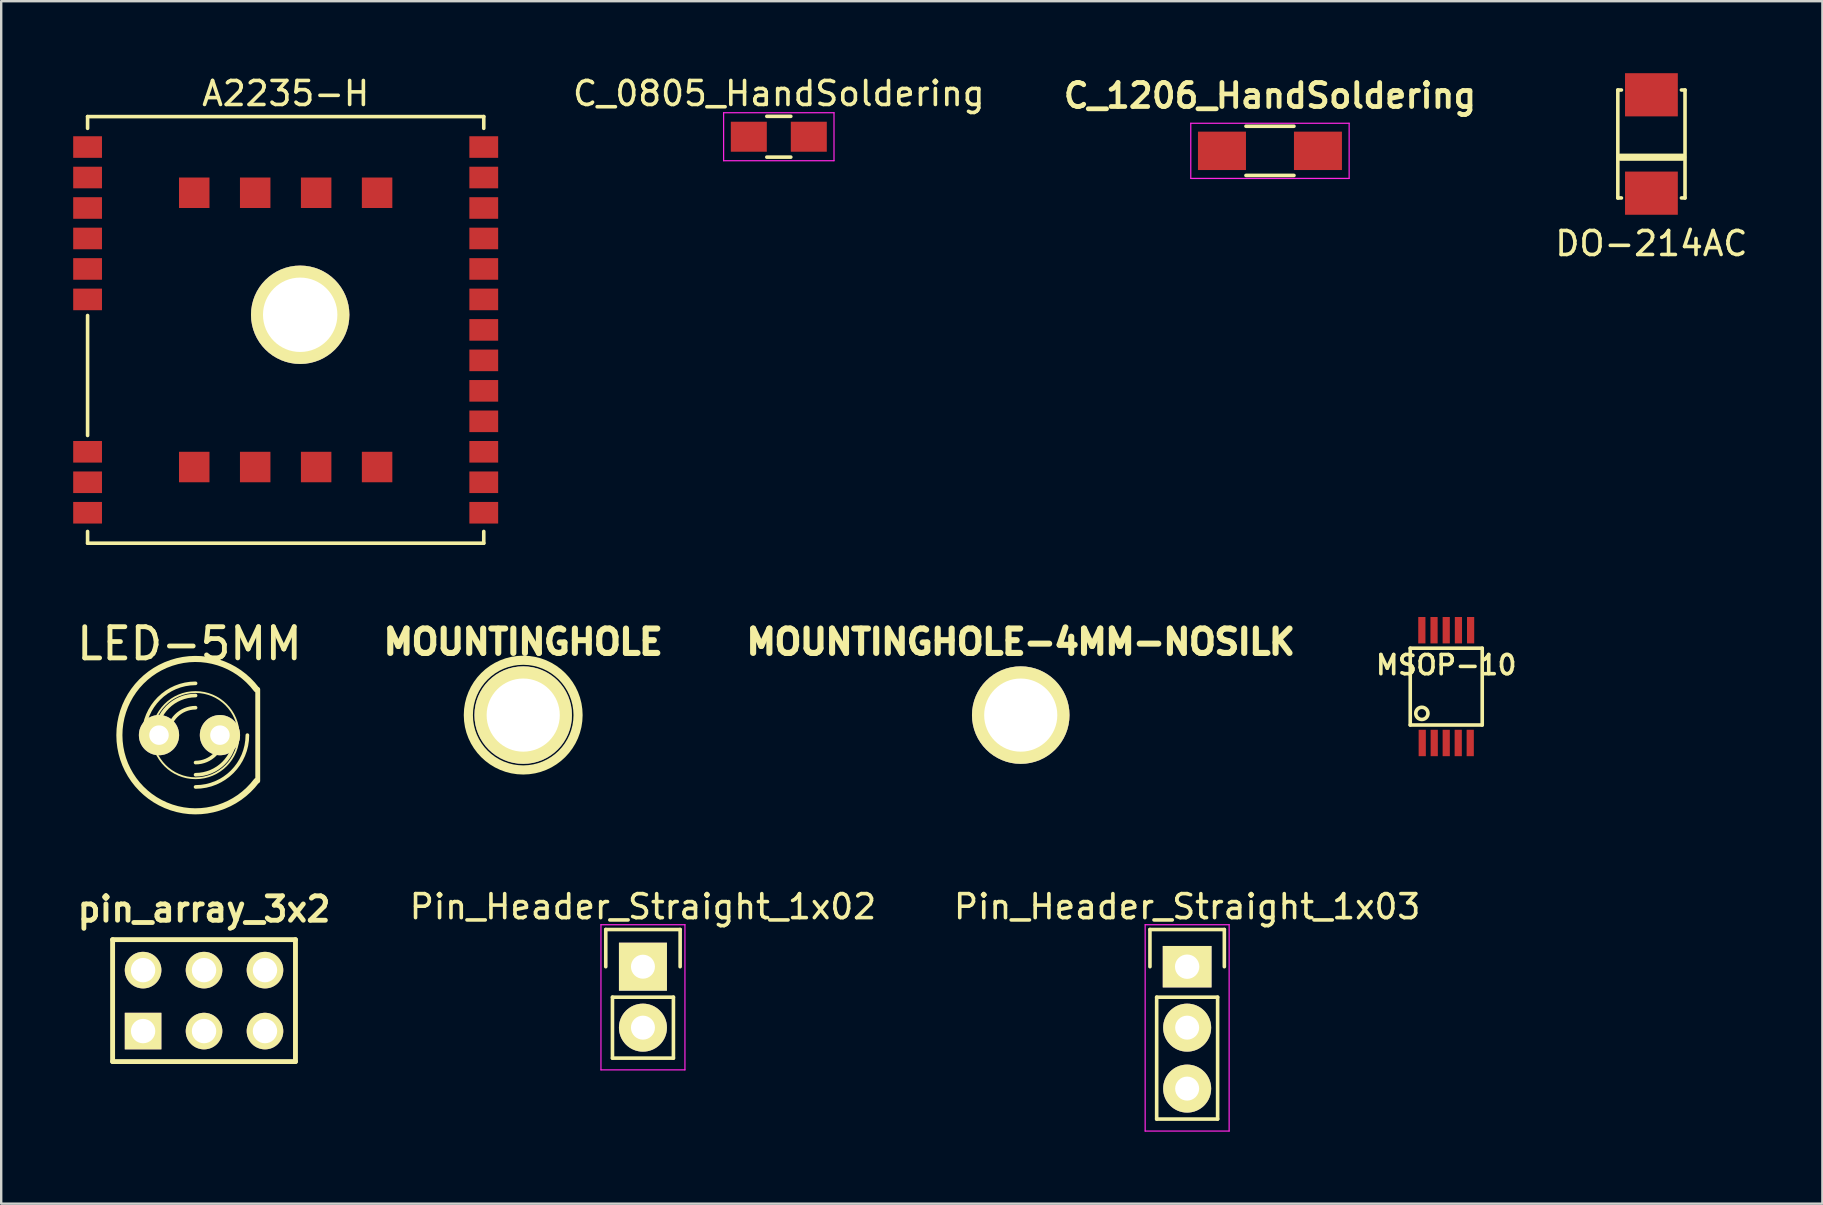
<source format=kicad_pcb>
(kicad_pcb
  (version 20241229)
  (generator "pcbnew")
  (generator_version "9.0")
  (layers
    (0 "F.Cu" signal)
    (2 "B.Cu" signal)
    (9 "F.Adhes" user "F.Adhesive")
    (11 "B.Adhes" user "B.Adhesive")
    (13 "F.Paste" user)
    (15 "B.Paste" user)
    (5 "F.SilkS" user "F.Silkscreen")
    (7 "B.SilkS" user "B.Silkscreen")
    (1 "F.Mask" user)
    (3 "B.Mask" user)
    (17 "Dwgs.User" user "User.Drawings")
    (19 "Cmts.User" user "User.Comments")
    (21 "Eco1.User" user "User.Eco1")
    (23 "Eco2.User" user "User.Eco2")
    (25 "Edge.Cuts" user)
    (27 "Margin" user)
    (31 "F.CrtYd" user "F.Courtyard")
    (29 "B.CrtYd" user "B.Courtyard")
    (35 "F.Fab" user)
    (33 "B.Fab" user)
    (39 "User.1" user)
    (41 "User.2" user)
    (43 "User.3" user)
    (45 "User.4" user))
  (footprint "Pin_Header_Straight_1x03"
    (layer "F.Cu")
    (at 46.423 37.236)
    (property "Reference" "Pin_Header_Straight_1x03" (at 0 -2.5 0) (layer "F.SilkS") (effects (font (size 1 1) (thickness 0.15))))
    (attr through_hole)
    (fp_line (start -1.55 -1.55) (end 1.55 -1.55) (stroke (width 0.15) (type solid)) (layer "F.SilkS"))
    (fp_line (start -1.55 0) (end -1.55 -1.55) (stroke (width 0.15) (type solid)) (layer "F.SilkS"))
    (fp_line (start -1.27 1.27) (end -1.27 6.35) (stroke (width 0.15) (type solid)) (layer "F.SilkS"))
    (fp_line (start -1.27 6.35) (end 1.27 6.35) (stroke (width 0.15) (type solid)) (layer "F.SilkS"))
    (fp_line (start 1.27 1.27) (end -1.27 1.27) (stroke (width 0.15) (type solid)) (layer "F.SilkS"))
    (fp_line (start 1.27 6.35) (end 1.27 1.27) (stroke (width 0.15) (type solid)) (layer "F.SilkS"))
    (fp_line (start 1.55 -1.55) (end 1.55 0) (stroke (width 0.15) (type solid)) (layer "F.SilkS"))
    (fp_line (start -1.75 -1.75) (end -1.75 6.85) (stroke (width 0.05) (type solid)) (layer "F.CrtYd"))
    (fp_line (start -1.75 -1.75) (end 1.75 -1.75) (stroke (width 0.05) (type solid)) (layer "F.CrtYd"))
    (fp_line (start -1.75 6.85) (end 1.75 6.85) (stroke (width 0.05) (type solid)) (layer "F.CrtYd"))
    (fp_line (start 1.75 -1.75) (end 1.75 6.85) (stroke (width 0.05) (type solid)) (layer "F.CrtYd"))
    (pad "1" thru_hole rect (at 0 0) (size 2.032 1.727) (drill 1.016) (layers "*.Cu" "*.Mask" "F.SilkS"))
    (pad "2" thru_hole circle (at 0 2.54) (size 2 2) (drill 1) (layers "*.Cu" "*.Mask" "F.SilkS"))
    (pad "3" thru_hole circle (at 0 5.08) (size 2 2) (drill 1) (layers "*.Cu" "*.Mask" "F.SilkS")))
  (footprint "A2235-H"
    (layer "F.Cu")
    (at 8.855 10.698)
    (property "Reference" "A2235-H" (at 0 -9.85 0) (layer "F.SilkS") (effects (font (size 1 1) (thickness 0.15))))
    (attr through_hole)
    (fp_line (start -8.255 -8.89) (end -8.255 -8.4) (stroke (width 0.15) (type solid)) (layer "F.SilkS"))
    (fp_line (start -8.255 -8.89) (end 8.255 -8.89) (stroke (width 0.15) (type solid)) (layer "F.SilkS"))
    (fp_line (start -8.255 -0.6) (end -8.255 4.4) (stroke (width 0.15) (type solid)) (layer "F.SilkS"))
    (fp_line (start -8.255 8.4) (end -8.255 8.89) (stroke (width 0.15) (type solid)) (layer "F.SilkS"))
    (fp_line (start -8.255 8.89) (end 8.255 8.89) (stroke (width 0.15) (type solid)) (layer "F.SilkS"))
    (fp_line (start 8.255 -8.89) (end 8.255 -8.4) (stroke (width 0.15) (type solid)) (layer "F.SilkS"))
    (fp_line (start 8.255 8.4) (end 8.255 8.89) (stroke (width 0.15) (type solid)) (layer "F.SilkS"))
    (pad "" thru_hole circle (at 0.605 -0.63) (size 4.1 4.1) (drill 3.1) (layers "*.Cu" "*.Mask" "F.SilkS"))
    (pad "1" smd rect (at -8.255 -7.62) (size 1.2 0.9) (layers "F.Cu" "F.Mask" "F.Paste"))
    (pad "2" smd rect (at -8.255 -6.35) (size 1.2 0.9) (layers "F.Cu" "F.Mask" "F.Paste"))
    (pad "3" smd rect (at -8.255 -5.08) (size 1.2 0.9) (layers "F.Cu" "F.Mask" "F.Paste"))
    (pad "4" smd rect (at -8.255 -3.81) (size 1.2 0.9) (layers "F.Cu" "F.Mask" "F.Paste"))
    (pad "5" smd rect (at -8.255 -2.54) (size 1.2 0.9) (layers "F.Cu" "F.Mask" "F.Paste"))
    (pad "6" smd rect (at -8.255 -1.27) (size 1.2 0.9) (layers "F.Cu" "F.Mask" "F.Paste"))
    (pad "7" smd rect (at -8.255 5.08) (size 1.2 0.9) (layers "F.Cu" "F.Mask" "F.Paste"))
    (pad "8" smd rect (at -8.255 6.35) (size 1.2 0.9) (layers "F.Cu" "F.Mask" "F.Paste"))
    (pad "9" smd rect (at -8.255 7.62) (size 1.2 0.9) (layers "F.Cu" "F.Mask" "F.Paste"))
    (pad "10" smd rect (at 8.255 7.62) (size 1.2 0.9) (layers "F.Cu" "F.Mask" "F.Paste"))
    (pad "11" smd rect (at 8.255 6.35) (size 1.2 0.9) (layers "F.Cu" "F.Mask" "F.Paste"))
    (pad "12" smd rect (at 8.255 5.08) (size 1.2 0.9) (layers "F.Cu" "F.Mask" "F.Paste"))
    (pad "13" smd rect (at 8.255 3.81) (size 1.2 0.9) (layers "F.Cu" "F.Mask" "F.Paste"))
    (pad "14" smd rect (at 8.255 2.54) (size 1.2 0.9) (layers "F.Cu" "F.Mask" "F.Paste"))
    (pad "15" smd rect (at 8.255 1.27) (size 1.2 0.9) (layers "F.Cu" "F.Mask" "F.Paste"))
    (pad "16" smd rect (at 8.255 0) (size 1.2 0.9) (layers "F.Cu" "F.Mask" "F.Paste"))
    (pad "17" smd rect (at 8.255 -1.27) (size 1.2 0.9) (layers "F.Cu" "F.Mask" "F.Paste"))
    (pad "18" smd rect (at 8.255 -2.54) (size 1.2 0.9) (layers "F.Cu" "F.Mask" "F.Paste"))
    (pad "19" smd rect (at 8.255 -3.81) (size 1.2 0.9) (layers "F.Cu" "F.Mask" "F.Paste"))
    (pad "20" smd rect (at 8.255 -5.08) (size 1.2 0.9) (layers "F.Cu" "F.Mask" "F.Paste"))
    (pad "21" smd rect (at 8.255 -6.35) (size 1.2 0.9) (layers "F.Cu" "F.Mask" "F.Paste"))
    (pad "22" smd rect (at 8.255 -7.62) (size 1.2 0.9) (layers "F.Cu" "F.Mask" "F.Paste"))
    (pad "23" smd rect (at -3.81 -5.715) (size 1.27 1.27) (layers "F.Cu" "F.Mask" "F.Paste"))
    (pad "24" smd rect (at -1.27 -5.715) (size 1.27 1.27) (layers "F.Cu" "F.Mask" "F.Paste"))
    (pad "25" smd rect (at 1.27 -5.715) (size 1.27 1.27) (layers "F.Cu" "F.Mask" "F.Paste"))
    (pad "26" smd rect (at 3.81 -5.715) (size 1.27 1.27) (layers "F.Cu" "F.Mask" "F.Paste"))
    (pad "27" smd rect (at 3.81 5.715) (size 1.27 1.27) (layers "F.Cu" "F.Mask" "F.Paste"))
    (pad "28" smd rect (at 1.27 5.715) (size 1.27 1.27) (layers "F.Cu" "F.Mask" "F.Paste"))
    (pad "29" smd rect (at -1.27 5.715) (size 1.27 1.27) (layers "F.Cu" "F.Mask" "F.Paste"))
    (pad "30" smd rect (at -3.81 5.715) (size 1.27 1.27) (layers "F.Cu" "F.Mask" "F.Paste")))
  (footprint "pin_array_3x2"
    (layer "F.Cu")
    (at 5.453 38.649)
    (property "Reference" "pin_array_3x2" (at 0 -3.81 0) (layer "F.SilkS") (effects (font (size 1.016 1.016) (thickness 0.203))))
    (attr through_hole)
    (fp_line (start -3.81 -2.54) (end 3.81 -2.54) (stroke (width 0.203) (type solid)) (layer "F.SilkS"))
    (fp_line (start -3.81 2.54) (end -3.81 -2.54) (stroke (width 0.203) (type solid)) (layer "F.SilkS"))
    (fp_line (start 3.81 -2.54) (end 3.81 2.54) (stroke (width 0.203) (type solid)) (layer "F.SilkS"))
    (fp_line (start 3.81 2.54) (end -3.81 2.54) (stroke (width 0.203) (type solid)) (layer "F.SilkS"))
    (pad "1" thru_hole rect (at -2.54 1.27) (size 1.524 1.524) (drill 1.016) (layers "*.Cu" "*.Mask" "F.SilkS"))
    (pad "2" thru_hole circle (at -2.54 -1.27) (size 1.524 1.524) (drill 1.016) (layers "*.Cu" "*.Mask" "F.SilkS"))
    (pad "3" thru_hole circle (at 0 1.27) (size 1.524 1.524) (drill 1.016) (layers "*.Cu" "*.Mask" "F.SilkS"))
    (pad "4" thru_hole circle (at 0 -1.27) (size 1.524 1.524) (drill 1.016) (layers "*.Cu" "*.Mask" "F.SilkS"))
    (pad "5" thru_hole circle (at 2.54 1.27) (size 1.524 1.524) (drill 1.016) (layers "*.Cu" "*.Mask" "F.SilkS"))
    (pad "6" thru_hole circle (at 2.54 -1.27) (size 1.524 1.524) (drill 1.016) (layers "*.Cu" "*.Mask" "F.SilkS")))
  (footprint "C_1206_HandSoldering"
    (layer "F.Cu")
    (at 49.874 3.236)
    (property "Reference" "C_1206_HandSoldering" (at 0 -2.3 0) (layer "F.SilkS") (effects (font (size 1 1) (thickness 0.2))))
    (attr smd)
    (fp_line (start -1 1.025) (end 1 1.025) (stroke (width 0.15) (type solid)) (layer "F.SilkS"))
    (fp_line (start 1 -1.025) (end -1 -1.025) (stroke (width 0.15) (type solid)) (layer "F.SilkS"))
    (fp_line (start -3.3 -1.15) (end -3.3 1.15) (stroke (width 0.05) (type solid)) (layer "F.CrtYd"))
    (fp_line (start -3.3 -1.15) (end 3.3 -1.15) (stroke (width 0.05) (type solid)) (layer "F.CrtYd"))
    (fp_line (start -3.3 1.15) (end 3.3 1.15) (stroke (width 0.05) (type solid)) (layer "F.CrtYd"))
    (fp_line (start 3.3 -1.15) (end 3.3 1.15) (stroke (width 0.05) (type solid)) (layer "F.CrtYd"))
    (pad "1" smd rect (at -2 0) (size 2 1.6) (layers "F.Cu" "F.Mask" "F.Paste"))
    (pad "2" smd rect (at 2 0) (size 2 1.6) (layers "F.Cu" "F.Mask" "F.Paste")))
  (footprint "LED-5MM"
    (layer "F.Cu")
    (at 4.846 27.586)
    (property "Reference" "LED-5MM" (at 0 -3.81 0) (layer "F.SilkS") (effects (font (size 1.3 1.3) (thickness 0.201))))
    (attr exclude_from_pos_files exclude_from_bom)
    (fp_line (start 2.845 1.905) (end 2.845 -1.905) (stroke (width 0.203) (type solid)) (layer "F.SilkS"))
    (fp_arc (start -1.905 0) (mid -1.272644 -1.526644) (end 0.254 -2.159) (stroke (width 0.1524) (type solid)) (layer "F.SilkS"))
    (fp_arc (start -1.397 0) (mid -0.913433 -1.167433) (end 0.254 -1.651) (stroke (width 0.1524) (type solid)) (layer "F.SilkS"))
    (fp_arc (start -0.889 0) (mid -0.554223 -0.808223) (end 0.254 -1.143) (stroke (width 0.1524) (type solid)) (layer "F.SilkS"))
    (fp_arc (start 1.397 0) (mid 1.062223 0.808223) (end 0.254 1.143) (stroke (width 0.1524) (type solid)) (layer "F.SilkS"))
    (fp_arc (start 1.905 0) (mid 1.421433 1.167433) (end 0.254 1.651) (stroke (width 0.1524) (type solid)) (layer "F.SilkS"))
    (fp_arc (start 2.413 0) (mid 1.780644 1.526644) (end 0.254 2.159) (stroke (width 0.1524) (type solid)) (layer "F.SilkS"))
    (fp_arc (start 2.794 1.905) (mid -2.921 0.001668) (end 2.791997 -1.907668) (stroke (width 0.254) (type solid)) (layer "F.SilkS"))
    (fp_circle (center 0.254 0) (end -1.016 1.27) (stroke (width 0.076) (type solid)) (fill no) (layer "F.SilkS"))
    (pad "1" thru_hole circle (at -1.27 0) (size 1.676 1.676) (drill 0.813) (layers "*.Cu" "*.Mask" "F.SilkS" "F.Paste"))
    (pad "2" thru_hole circle (at 1.27 0) (size 1.676 1.676) (drill 0.813) (layers "*.Cu" "*.Mask" "F.SilkS" "F.Paste")))
  (footprint "MOUNTINGHOLE-4MM-NOSILK"
    (layer "F.Cu")
    (at 39.488 26.751)
    (property "Reference" "MOUNTINGHOLE-4MM-NOSILK" (at 0 -3.048 0) (layer "F.SilkS") (effects (font (size 1.016 1.016) (thickness 0.254))))
    (attr through_hole)
    (pad "1" thru_hole circle (at 0 0) (size 4.064 4.064) (drill 3.048) (layers "*.Cu" "*.Mask" "F.SilkS")))
  (footprint "DO-214AC"
    (layer "F.Cu")
    (at 65.771 2.95)
    (property "Reference" "DO-214AC" (at 0 4.15 0) (layer "F.SilkS") (effects (font (size 1 1) (thickness 0.15))))
    (attr through_hole)
    (fp_line (start -1.4 -2.25) (end -1.4 2.25) (stroke (width 0.15) (type solid)) (layer "F.SilkS"))
    (fp_line (start -1.4 2.25) (end -1.25 2.25) (stroke (width 0.15) (type solid)) (layer "F.SilkS"))
    (fp_line (start -1.3 0.55) (end 1.3 0.55) (stroke (width 0.3) (type solid)) (layer "F.SilkS"))
    (fp_line (start -1.25 -2.25) (end -1.4 -2.25) (stroke (width 0.15) (type solid)) (layer "F.SilkS"))
    (fp_line (start 1.25 -2.25) (end 1.4 -2.25) (stroke (width 0.15) (type solid)) (layer "F.SilkS"))
    (fp_line (start 1.4 -2.25) (end 1.4 2.25) (stroke (width 0.15) (type solid)) (layer "F.SilkS"))
    (fp_line (start 1.4 2.25) (end 1.25 2.25) (stroke (width 0.15) (type solid)) (layer "F.SilkS"))
    (pad "1" smd rect (at 0 -2.05) (size 2.2 1.8) (layers "F.Cu" "F.Mask" "F.Paste"))
    (pad "2" smd rect (at 0 2.05) (size 2.2 1.8) (layers "F.Cu" "F.Mask" "F.Paste")))
  (footprint "C_0805_HandSoldering"
    (layer "F.Cu")
    (at 29.406 2.648)
    (property "Reference" "C_0805_HandSoldering" (at 0 -1.8 0) (layer "F.SilkS") (effects (font (size 1 1) (thickness 0.15))))
    (attr smd)
    (fp_line (start -0.5 0.85) (end 0.5 0.85) (stroke (width 0.15) (type solid)) (layer "F.SilkS"))
    (fp_line (start 0.5 -0.85) (end -0.5 -0.85) (stroke (width 0.15) (type solid)) (layer "F.SilkS"))
    (fp_line (start -2.3 -1) (end -2.3 1) (stroke (width 0.05) (type solid)) (layer "F.CrtYd"))
    (fp_line (start -2.3 -1) (end 2.3 -1) (stroke (width 0.05) (type solid)) (layer "F.CrtYd"))
    (fp_line (start -2.3 1) (end 2.3 1) (stroke (width 0.05) (type solid)) (layer "F.CrtYd"))
    (fp_line (start 2.3 -1) (end 2.3 1) (stroke (width 0.05) (type solid)) (layer "F.CrtYd"))
    (pad "1" smd rect (at -1.25 0) (size 1.5 1.25) (layers "F.Cu" "F.Mask" "F.Paste"))
    (pad "2" smd rect (at 1.25 0) (size 1.5 1.25) (layers "F.Cu" "F.Mask" "F.Paste")))
  (footprint "Pin_Header_Straight_1x02"
    (layer "F.Cu")
    (at 23.744 37.236)
    (property "Reference" "Pin_Header_Straight_1x02" (at 0 -2.5 0) (layer "F.SilkS") (effects (font (size 1 1) (thickness 0.15))))
    (attr through_hole)
    (fp_line (start -1.55 -1.55) (end 1.55 -1.55) (stroke (width 0.15) (type solid)) (layer "F.SilkS"))
    (fp_line (start -1.55 0) (end -1.55 -1.55) (stroke (width 0.15) (type solid)) (layer "F.SilkS"))
    (fp_line (start -1.27 1.27) (end -1.27 3.81) (stroke (width 0.15) (type solid)) (layer "F.SilkS"))
    (fp_line (start -1.27 3.81) (end 1.27 3.81) (stroke (width 0.15) (type solid)) (layer "F.SilkS"))
    (fp_line (start 1.27 1.27) (end -1.27 1.27) (stroke (width 0.15) (type solid)) (layer "F.SilkS"))
    (fp_line (start 1.27 1.27) (end 1.27 3.81) (stroke (width 0.15) (type solid)) (layer "F.SilkS"))
    (fp_line (start 1.55 -1.55) (end 1.55 0) (stroke (width 0.15) (type solid)) (layer "F.SilkS"))
    (fp_line (start -1.75 -1.75) (end -1.75 4.3) (stroke (width 0.05) (type solid)) (layer "F.CrtYd"))
    (fp_line (start -1.75 -1.75) (end 1.75 -1.75) (stroke (width 0.05) (type solid)) (layer "F.CrtYd"))
    (fp_line (start -1.75 4.3) (end 1.75 4.3) (stroke (width 0.05) (type solid)) (layer "F.CrtYd"))
    (fp_line (start 1.75 -1.75) (end 1.75 4.3) (stroke (width 0.05) (type solid)) (layer "F.CrtYd"))
    (pad "1" thru_hole rect (at 0 0) (size 2 2) (drill 1) (layers "*.Cu" "*.Mask" "F.SilkS"))
    (pad "2" thru_hole circle (at 0 2.54) (size 2 2) (drill 1) (layers "*.Cu" "*.Mask" "F.SilkS")))
  (footprint "MSOP-10"
    (layer "F.Cu")
    (at 57.22 25.563)
    (property "Reference" "MSOP-10" (at 0 -0.9 0) (layer "F.SilkS") (effects (font (size 0.8 0.8) (thickness 0.15))))
    (attr smd)
    (fp_line (start -1.5 -1.6) (end -1.5 1.6) (stroke (width 0.15) (type solid)) (layer "F.SilkS"))
    (fp_line (start -1.5 1.6) (end 1.5 1.6) (stroke (width 0.15) (type solid)) (layer "F.SilkS"))
    (fp_line (start 1.5 -1.6) (end -1.5 -1.6) (stroke (width 0.15) (type solid)) (layer "F.SilkS"))
    (fp_line (start 1.5 1.6) (end 1.5 -1.6) (stroke (width 0.15) (type solid)) (layer "F.SilkS"))
    (fp_circle (center -1.016 1.116) (end -1.016 0.862) (stroke (width 0.15) (type solid)) (fill no) (layer "F.SilkS"))
    (pad "1" smd rect (at -1 2.35) (size 0.3 1.1) (layers "F.Cu" "F.Mask" "F.Paste"))
    (pad "2" smd rect (at -0.5 2.35) (size 0.3 1.1) (layers "F.Cu" "F.Mask" "F.Paste"))
    (pad "3" smd rect (at 0 2.35) (size 0.3 1.1) (layers "F.Cu" "F.Mask" "F.Paste"))
    (pad "4" smd rect (at 0.5 2.35) (size 0.3 1.1) (layers "F.Cu" "F.Mask" "F.Paste"))
    (pad "5" smd rect (at 1 2.35) (size 0.3 1.1) (layers "F.Cu" "F.Mask" "F.Paste"))
    (pad "6" smd rect (at 1.016 -2.35) (size 0.3 1.1) (layers "F.Cu" "F.Mask" "F.Paste"))
    (pad "7" smd rect (at 0.508 -2.35) (size 0.3 1.1) (layers "F.Cu" "F.Mask" "F.Paste"))
    (pad "8" smd rect (at 0 -2.35) (size 0.3 1.1) (layers "F.Cu" "F.Mask" "F.Paste"))
    (pad "9" smd rect (at -0.508 -2.35) (size 0.3 1.1) (layers "F.Cu" "F.Mask" "F.Paste"))
    (pad "10" smd rect (at -1.016 -2.35) (size 0.3 1.1) (layers "F.Cu" "F.Mask" "F.Paste")))
  (footprint "MOUNTINGHOLE"
    (layer "F.Cu")
    (at 18.754 26.751)
    (property "Reference" "MOUNTINGHOLE" (at 0 -3.048 0) (layer "F.SilkS") (effects (font (size 1.016 1.016) (thickness 0.254))))
    (attr through_hole)
    (fp_circle (center 0 0) (end 0 -2.286) (stroke (width 0.381) (type solid)) (fill no) (layer "F.SilkS"))
    (pad "1" thru_hole circle (at 0 0) (size 4.064 4.064) (drill 3.048) (layers "*.Cu" "*.Mask" "F.SilkS")))
  (gr_rect
    (start -3 -3)
    (end 72.896 47.111)
    (stroke (width 0.1) (type default))
    (fill no)
    (layer "Edge.Cuts")))
</source>
